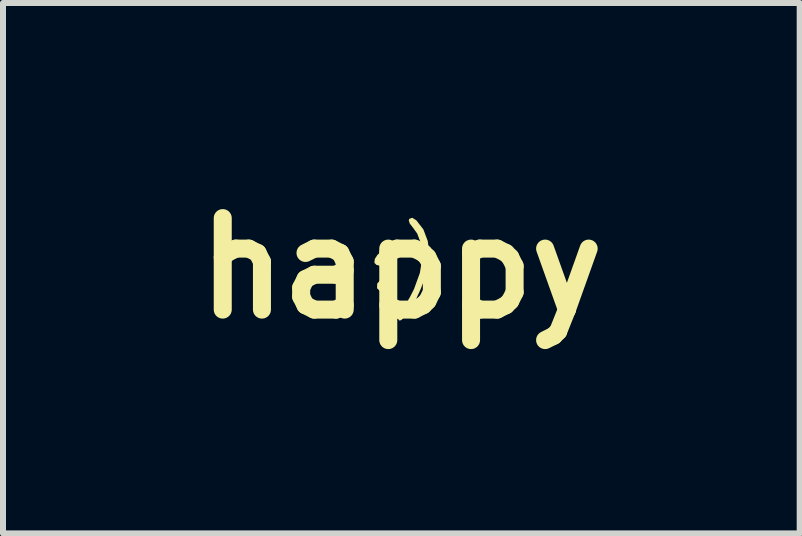
<source format=kicad_pcb>
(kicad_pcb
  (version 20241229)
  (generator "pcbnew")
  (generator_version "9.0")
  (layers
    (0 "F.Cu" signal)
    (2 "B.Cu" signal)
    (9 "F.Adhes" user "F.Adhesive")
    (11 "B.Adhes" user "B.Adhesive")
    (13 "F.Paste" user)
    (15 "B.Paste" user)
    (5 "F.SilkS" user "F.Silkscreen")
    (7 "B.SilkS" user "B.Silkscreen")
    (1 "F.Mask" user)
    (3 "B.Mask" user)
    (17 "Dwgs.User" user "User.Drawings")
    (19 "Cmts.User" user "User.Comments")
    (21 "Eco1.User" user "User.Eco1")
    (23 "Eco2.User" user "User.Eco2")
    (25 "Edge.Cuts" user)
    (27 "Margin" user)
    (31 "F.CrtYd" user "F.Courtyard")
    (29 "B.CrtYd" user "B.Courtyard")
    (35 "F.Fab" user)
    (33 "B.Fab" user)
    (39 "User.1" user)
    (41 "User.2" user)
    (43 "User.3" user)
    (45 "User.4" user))
  (footprint "happy"
    (layer "F.Cu")
    (at 3.636 1.418)
    (property "Reference" "happy" (at 0 0 0) (layer "F.SilkS") (effects (font (size 1.524 1.524) (thickness 0.3))))
    (attr board_only exclude_from_pos_files exclude_from_bom)
    (fp_poly (pts (xy -0.21 0.204) (xy -0.186 0.267) (xy -0.213 0.337) (xy -0.283 0.383) (xy -0.357 0.381) (xy -0.405 0.333) (xy -0.402 0.256) (xy -0.349 0.196) (xy -0.278 0.177)) (stroke (width 0) (type solid)) (fill yes) (layer "F.SilkS"))
    (fp_poly (pts (xy -0.238 -0.257) (xy -0.224 -0.178) (xy -0.233 -0.126) (xy -0.273 -0.054) (xy -0.342 -0.035) (xy -0.416 -0.056) (xy -0.449 -0.09) (xy -0.442 -0.155) (xy -0.395 -0.226) (xy -0.331 -0.276) (xy -0.298 -0.284)) (stroke (width 0) (type solid)) (fill yes) (layer "F.SilkS"))
    (fp_poly (pts (xy 0.246 -0.8) (xy 0.251 -0.796) (xy 0.367 -0.646) (xy 0.44 -0.453) (xy 0.467 -0.235) (xy 0.442 -0.008) (xy 0.441 0.000394) (xy 0.391 0.168) (xy 0.321 0.35) (xy 0.24 0.527) (xy 0.155 0.68) (xy 0.078 0.791) (xy 0.057 0.813) (xy -0.005 0.866) (xy -0.037 0.871) (xy -0.057 0.837) (xy -0.048 0.762) (xy 0.011 0.681) (xy 0.073 0.599) (xy 0.145 0.478) (xy 0.21 0.35) (xy 0.308 0.081) (xy 0.349 -0.168) (xy 0.335 -0.389) (xy 0.265 -0.576) (xy 0.205 -0.66) (xy 0.139 -0.746) (xy 0.123 -0.801) (xy 0.136 -0.824) (xy 0.182 -0.84)) (stroke (width 0) (type solid)) (fill yes) (layer "F.SilkS")))
  (gr_rect
    (start -3 -3)
    (end 10.272 5.836)
    (stroke (width 0.1) (type default))
    (fill no)
    (layer "Edge.Cuts")))
</source>
